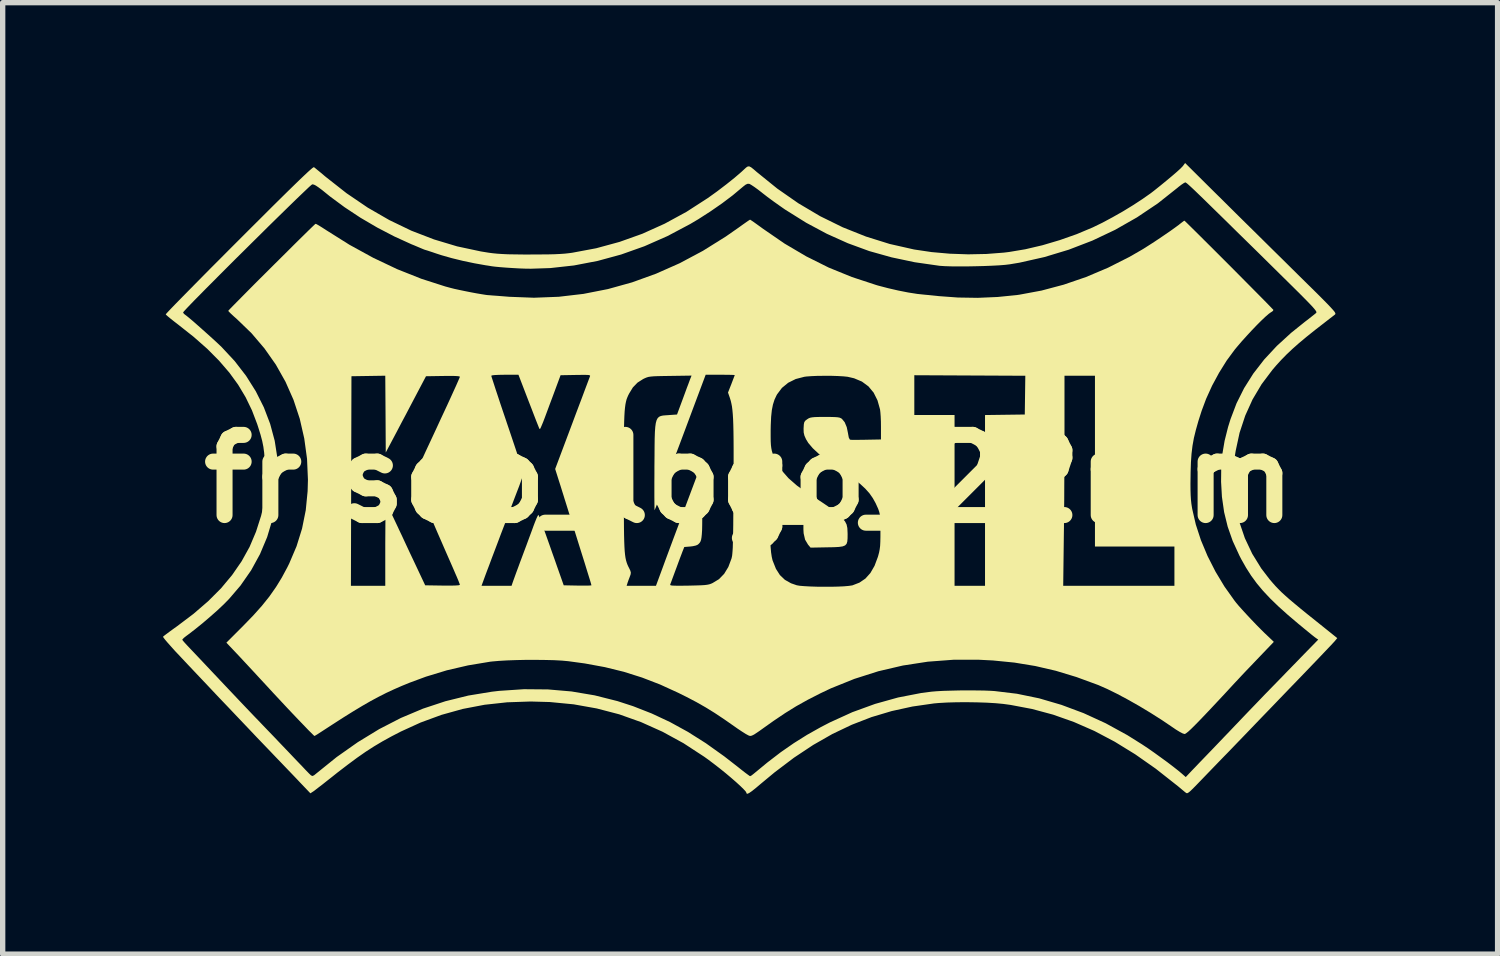
<source format=kicad_pcb>
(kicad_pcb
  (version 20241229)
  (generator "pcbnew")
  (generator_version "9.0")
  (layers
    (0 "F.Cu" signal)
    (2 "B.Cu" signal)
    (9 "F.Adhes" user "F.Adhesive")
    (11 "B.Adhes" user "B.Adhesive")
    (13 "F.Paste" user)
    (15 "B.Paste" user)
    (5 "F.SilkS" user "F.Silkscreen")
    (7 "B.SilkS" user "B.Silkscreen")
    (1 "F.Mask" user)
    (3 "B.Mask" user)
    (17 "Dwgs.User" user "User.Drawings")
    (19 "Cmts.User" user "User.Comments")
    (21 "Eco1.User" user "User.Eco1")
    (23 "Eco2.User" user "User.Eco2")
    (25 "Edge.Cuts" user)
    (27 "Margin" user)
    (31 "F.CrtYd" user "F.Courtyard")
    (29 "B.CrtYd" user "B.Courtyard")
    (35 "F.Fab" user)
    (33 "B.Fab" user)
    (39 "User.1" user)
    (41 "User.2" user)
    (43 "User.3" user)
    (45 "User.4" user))
  (footprint "frisco_logo_22mm"
    (layer "F.Cu")
    (at 10.973 5.909)
    (property "Reference" "frisco_logo_22mm" (at 0 0 0) (layer "F.SilkS") (effects (font (size 1.5 1.5) (thickness 0.3))))
    (attr board_only exclude_from_pos_files exclude_from_bom)
    (fp_poly (pts (xy 8.7 -5.365) (xy 8.816 -5.251) (xy 8.953 -5.115) (xy 9.107 -4.962) (xy 9.274 -4.797) (xy 9.451 -4.623) (xy 9.631 -4.445) (xy 9.811 -4.267) (xy 9.987 -4.094) (xy 10.12 -3.962) (xy 10.292 -3.792) (xy 10.44 -3.646) (xy 10.565 -3.523) (xy 10.67 -3.419) (xy 10.755 -3.333) (xy 10.823 -3.264) (xy 10.875 -3.209) (xy 10.913 -3.167) (xy 10.94 -3.136) (xy 10.956 -3.113) (xy 10.963 -3.097) (xy 10.964 -3.086) (xy 10.96 -3.078) (xy 10.953 -3.071) (xy 10.921 -3.046) (xy 10.869 -3.006) (xy 10.806 -2.957) (xy 10.77 -2.929) (xy 10.583 -2.784) (xy 10.422 -2.655) (xy 10.282 -2.538) (xy 10.161 -2.431) (xy 10.052 -2.328) (xy 9.952 -2.226) (xy 9.857 -2.122) (xy 9.786 -2.039) (xy 9.584 -1.771) (xy 9.414 -1.485) (xy 9.277 -1.182) (xy 9.171 -0.861) (xy 9.098 -0.522) (xy 9.081 -0.415) (xy 9.071 -0.312) (xy 9.065 -0.184) (xy 9.063 -0.042) (xy 9.064 0.104) (xy 9.069 0.244) (xy 9.078 0.369) (xy 9.09 0.467) (xy 9.09 0.472) (xy 9.164 0.8) (xy 9.27 1.111) (xy 9.408 1.403) (xy 9.577 1.677) (xy 9.735 1.883) (xy 9.791 1.948) (xy 9.844 2.008) (xy 9.899 2.065) (xy 9.958 2.124) (xy 10.026 2.186) (xy 10.105 2.256) (xy 10.199 2.335) (xy 10.311 2.428) (xy 10.445 2.537) (xy 10.605 2.665) (xy 10.619 2.676) (xy 10.999 2.981) (xy 10.952 3.038) (xy 10.927 3.065) (xy 10.881 3.115) (xy 10.816 3.183) (xy 10.736 3.267) (xy 10.645 3.363) (xy 10.546 3.466) (xy 10.497 3.517) (xy 10.382 3.637) (xy 10.248 3.776) (xy 10.102 3.927) (xy 9.952 4.083) (xy 9.804 4.237) (xy 9.665 4.381) (xy 9.604 4.444) (xy 9.483 4.57) (xy 9.36 4.698) (xy 9.239 4.824) (xy 9.125 4.942) (xy 9.024 5.047) (xy 8.939 5.135) (xy 8.887 5.188) (xy 8.789 5.289) (xy 8.677 5.405) (xy 8.564 5.522) (xy 8.46 5.63) (xy 8.427 5.664) (xy 8.345 5.749) (xy 8.285 5.809) (xy 8.242 5.85) (xy 8.212 5.873) (xy 8.192 5.883) (xy 8.176 5.881) (xy 8.163 5.872) (xy 8.133 5.848) (xy 8.084 5.807) (xy 8.023 5.756) (xy 7.989 5.729) (xy 7.602 5.424) (xy 7.218 5.155) (xy 6.836 4.92) (xy 6.454 4.718) (xy 6.07 4.55) (xy 5.682 4.413) (xy 5.288 4.307) (xy 4.887 4.231) (xy 4.748 4.212) (xy 4.609 4.199) (xy 4.444 4.189) (xy 4.261 4.183) (xy 4.07 4.18) (xy 3.881 4.181) (xy 3.702 4.186) (xy 3.544 4.195) (xy 3.453 4.203) (xy 3.05 4.261) (xy 2.662 4.346) (xy 2.284 4.459) (xy 1.915 4.602) (xy 1.552 4.775) (xy 1.193 4.98) (xy 0.834 5.218) (xy 0.473 5.491) (xy 0.216 5.704) (xy 0.119 5.786) (xy 0.046 5.844) (xy -0.005 5.879) (xy -0.037 5.894) (xy -0.053 5.89) (xy -0.055 5.879) (xy -0.069 5.852) (xy -0.109 5.808) (xy -0.17 5.748) (xy -0.249 5.676) (xy -0.342 5.595) (xy -0.444 5.509) (xy -0.553 5.421) (xy -0.664 5.335) (xy -0.773 5.253) (xy -0.847 5.2) (xy -1.233 4.948) (xy -1.626 4.733) (xy -2.027 4.553) (xy -2.436 4.407) (xy -2.857 4.297) (xy -3.289 4.22) (xy -3.735 4.177) (xy -4.095 4.167) (xy -4.534 4.182) (xy -4.956 4.228) (xy -5.364 4.306) (xy -5.762 4.417) (xy -6.154 4.561) (xy -6.522 4.729) (xy -6.7 4.821) (xy -6.865 4.912) (xy -7.023 5.006) (xy -7.18 5.107) (xy -7.342 5.22) (xy -7.516 5.349) (xy -7.708 5.496) (xy -7.807 5.575) (xy -7.901 5.649) (xy -7.988 5.718) (xy -8.064 5.776) (xy -8.122 5.821) (xy -8.158 5.848) (xy -8.163 5.851) (xy -8.215 5.885) (xy -8.407 5.684) (xy -8.474 5.613) (xy -8.56 5.523) (xy -8.66 5.419) (xy -8.767 5.307) (xy -8.875 5.195) (xy -8.951 5.115) (xy -9.074 4.987) (xy -9.218 4.837) (xy -9.379 4.667) (xy -9.555 4.482) (xy -9.741 4.286) (xy -9.935 4.083) (xy -10.131 3.875) (xy -10.327 3.668) (xy -10.519 3.465) (xy -10.657 3.318) (xy -10.745 3.225) (xy -10.822 3.139) (xy -10.887 3.066) (xy -10.932 3.013) (xy -10.612 3.013) (xy -10.597 3.033) (xy -10.564 3.071) (xy -10.519 3.12) (xy -10.513 3.126) (xy -10.48 3.161) (xy -10.425 3.219) (xy -10.351 3.297) (xy -10.262 3.391) (xy -10.162 3.497) (xy -10.053 3.613) (xy -9.939 3.733) (xy -9.918 3.756) (xy -9.796 3.885) (xy -9.672 4.016) (xy -9.551 4.144) (xy -9.437 4.264) (xy -9.334 4.372) (xy -9.248 4.462) (xy -9.184 4.528) (xy -9.103 4.613) (xy -9.004 4.716) (xy -8.893 4.831) (xy -8.78 4.95) (xy -8.67 5.065) (xy -8.623 5.114) (xy -8.531 5.211) (xy -8.445 5.301) (xy -8.369 5.38) (xy -8.307 5.446) (xy -8.262 5.492) (xy -8.242 5.513) (xy -8.203 5.55) (xy -8.175 5.561) (xy -8.144 5.546) (xy -8.116 5.523) (xy -7.724 5.207) (xy -7.328 4.928) (xy -6.928 4.684) (xy -6.522 4.475) (xy -6.109 4.301) (xy -5.689 4.162) (xy -5.26 4.056) (xy -4.821 3.984) (xy -4.683 3.968) (xy -4.221 3.937) (xy -3.77 3.941) (xy -3.329 3.979) (xy -2.896 4.052) (xy -2.468 4.16) (xy -2.176 4.255) (xy -1.829 4.391) (xy -1.489 4.55) (xy -1.152 4.735) (xy -0.815 4.948) (xy -0.473 5.192) (xy -0.226 5.384) (xy -0.148 5.446) (xy -0.08 5.499) (xy -0.027 5.538) (xy 0.005 5.561) (xy 0.013 5.564) (xy 0.036 5.553) (xy 0.071 5.526) (xy 0.075 5.523) (xy 0.337 5.307) (xy 0.586 5.116) (xy 0.831 4.946) (xy 1.078 4.791) (xy 1.336 4.646) (xy 1.506 4.558) (xy 1.925 4.367) (xy 2.351 4.212) (xy 2.781 4.092) (xy 3.214 4.008) (xy 3.407 3.983) (xy 3.502 3.975) (xy 3.626 3.968) (xy 3.77 3.964) (xy 3.927 3.96) (xy 4.088 3.959) (xy 4.246 3.96) (xy 4.391 3.962) (xy 4.518 3.967) (xy 4.591 3.972) (xy 5.005 4.022) (xy 5.422 4.108) (xy 5.838 4.23) (xy 6.253 4.385) (xy 6.665 4.574) (xy 7.07 4.796) (xy 7.346 4.969) (xy 7.456 5.042) (xy 7.576 5.126) (xy 7.699 5.215) (xy 7.82 5.303) (xy 7.93 5.387) (xy 8.023 5.46) (xy 8.09 5.516) (xy 8.164 5.581) (xy 8.28 5.458) (xy 8.343 5.393) (xy 8.419 5.313) (xy 8.5 5.229) (xy 8.557 5.17) (xy 8.611 5.114) (xy 8.685 5.037) (xy 8.775 4.943) (xy 8.876 4.837) (xy 8.984 4.725) (xy 9.093 4.61) (xy 9.129 4.573) (xy 9.239 4.457) (xy 9.351 4.34) (xy 9.46 4.227) (xy 9.56 4.123) (xy 9.646 4.033) (xy 9.714 3.964) (xy 9.728 3.949) (xy 9.808 3.867) (xy 9.89 3.783) (xy 9.966 3.705) (xy 10.026 3.643) (xy 10.032 3.636) (xy 10.083 3.584) (xy 10.153 3.512) (xy 10.236 3.427) (xy 10.323 3.337) (xy 10.395 3.263) (xy 10.643 3.009) (xy 10.598 2.978) (xy 10.57 2.957) (xy 10.519 2.917) (xy 10.451 2.861) (xy 10.37 2.795) (xy 10.282 2.722) (xy 10.28 2.721) (xy 10.074 2.546) (xy 9.897 2.387) (xy 9.743 2.238) (xy 9.609 2.095) (xy 9.492 1.955) (xy 9.388 1.813) (xy 9.293 1.664) (xy 9.203 1.505) (xy 9.168 1.437) (xy 9.043 1.165) (xy 8.949 0.897) (xy 8.882 0.624) (xy 8.841 0.338) (xy 8.825 0.055) (xy 8.828 -0.212) (xy 8.849 -0.464) (xy 8.891 -0.711) (xy 8.955 -0.966) (xy 9.001 -1.114) (xy 9.114 -1.412) (xy 9.256 -1.696) (xy 9.428 -1.969) (xy 9.631 -2.231) (xy 9.867 -2.485) (xy 10.137 -2.732) (xy 10.395 -2.939) (xy 10.467 -2.994) (xy 10.53 -3.044) (xy 10.578 -3.082) (xy 10.602 -3.102) (xy 10.608 -3.11) (xy 10.609 -3.119) (xy 10.604 -3.133) (xy 10.591 -3.153) (xy 10.569 -3.181) (xy 10.536 -3.219) (xy 10.489 -3.269) (xy 10.428 -3.332) (xy 10.35 -3.411) (xy 10.253 -3.508) (xy 10.137 -3.623) (xy 9.998 -3.76) (xy 9.836 -3.92) (xy 9.757 -3.998) (xy 9.521 -4.231) (xy 9.309 -4.439) (xy 9.12 -4.624) (xy 8.954 -4.788) (xy 8.808 -4.931) (xy 8.681 -5.055) (xy 8.572 -5.162) (xy 8.48 -5.252) (xy 8.402 -5.327) (xy 8.339 -5.388) (xy 8.287 -5.437) (xy 8.246 -5.475) (xy 8.215 -5.503) (xy 8.192 -5.523) (xy 8.175 -5.536) (xy 8.164 -5.543) (xy 8.157 -5.546) (xy 8.154 -5.546) (xy 8.129 -5.534) (xy 8.084 -5.504) (xy 8.028 -5.461) (xy 8.008 -5.444) (xy 7.641 -5.153) (xy 7.252 -4.892) (xy 6.843 -4.659) (xy 6.417 -4.457) (xy 5.975 -4.287) (xy 5.519 -4.149) (xy 5.053 -4.044) (xy 4.867 -4.013) (xy 4.783 -4.003) (xy 4.669 -3.994) (xy 4.533 -3.987) (xy 4.381 -3.981) (xy 4.223 -3.977) (xy 4.063 -3.974) (xy 3.91 -3.974) (xy 3.772 -3.975) (xy 3.654 -3.979) (xy 3.564 -3.985) (xy 3.554 -3.986) (xy 3.094 -4.052) (xy 2.659 -4.144) (xy 2.242 -4.261) (xy 1.841 -4.408) (xy 1.449 -4.584) (xy 1.062 -4.791) (xy 0.675 -5.033) (xy 0.661 -5.042) (xy 0.558 -5.114) (xy 0.444 -5.195) (xy 0.333 -5.277) (xy 0.239 -5.35) (xy 0.237 -5.352) (xy 0.161 -5.411) (xy 0.092 -5.461) (xy 0.036 -5.498) (xy 0.001 -5.518) (xy -0.003 -5.519) (xy -0.035 -5.52) (xy -0.071 -5.504) (xy -0.12 -5.466) (xy -0.139 -5.45) (xy -0.312 -5.305) (xy -0.512 -5.154) (xy -0.73 -5.003) (xy -0.957 -4.857) (xy -1.109 -4.767) (xy -1.533 -4.542) (xy -1.964 -4.352) (xy -2.4 -4.197) (xy -2.84 -4.077) (xy -3.283 -3.992) (xy -3.726 -3.943) (xy -4.088 -3.931) (xy -4.184 -3.932) (xy -4.298 -3.936) (xy -4.422 -3.943) (xy -4.546 -3.951) (xy -4.661 -3.96) (xy -4.757 -3.969) (xy -4.821 -3.977) (xy -4.88 -3.987) (xy -4.94 -3.996) (xy -5.148 -4.033) (xy -5.362 -4.078) (xy -5.57 -4.129) (xy -5.76 -4.183) (xy -5.859 -4.215) (xy -5.929 -4.239) (xy -5.99 -4.259) (xy -6.029 -4.272) (xy -6.033 -4.273) (xy -6.082 -4.288) (xy -6.107 -4.298) (xy -6.138 -4.311) (xy -6.195 -4.335) (xy -6.268 -4.366) (xy -6.325 -4.389) (xy -6.643 -4.534) (xy -6.964 -4.701) (xy -7.278 -4.885) (xy -7.576 -5.082) (xy -7.849 -5.284) (xy -7.907 -5.331) (xy -7.996 -5.403) (xy -8.063 -5.453) (xy -8.112 -5.486) (xy -8.148 -5.504) (xy -8.177 -5.51) (xy -8.18 -5.51) (xy -8.198 -5.497) (xy -8.239 -5.461) (xy -8.301 -5.402) (xy -8.382 -5.325) (xy -8.481 -5.23) (xy -8.594 -5.12) (xy -8.719 -4.998) (xy -8.855 -4.865) (xy -8.999 -4.724) (xy -9.148 -4.576) (xy -9.301 -4.425) (xy -9.455 -4.272) (xy -9.609 -4.12) (xy -9.759 -3.97) (xy -9.903 -3.826) (xy -10.04 -3.688) (xy -10.167 -3.561) (xy -10.282 -3.444) (xy -10.383 -3.342) (xy -10.466 -3.256) (xy -10.531 -3.188) (xy -10.575 -3.14) (xy -10.596 -3.116) (xy -10.597 -3.113) (xy -10.583 -3.089) (xy -10.565 -3.074) (xy -10.534 -3.051) (xy -10.48 -3.007) (xy -10.409 -2.947) (xy -10.327 -2.875) (xy -10.237 -2.795) (xy -10.145 -2.713) (xy -10.055 -2.632) (xy -9.973 -2.557) (xy -9.904 -2.492) (xy -9.875 -2.464) (xy -9.632 -2.203) (xy -9.419 -1.927) (xy -9.237 -1.638) (xy -9.086 -1.337) (xy -8.968 -1.028) (xy -8.883 -0.712) (xy -8.833 -0.391) (xy -8.819 -0.069) (xy -8.822 0.037) (xy -8.856 0.404) (xy -8.924 0.755) (xy -9.024 1.09) (xy -9.158 1.409) (xy -9.324 1.712) (xy -9.523 1.998) (xy -9.737 2.248) (xy -9.835 2.348) (xy -9.956 2.462) (xy -10.092 2.582) (xy -10.235 2.704) (xy -10.376 2.818) (xy -10.509 2.92) (xy -10.538 2.941) (xy -10.581 2.975) (xy -10.608 3.003) (xy -10.612 3.013) (xy -10.932 3.013) (xy -10.936 3.008) (xy -10.965 2.97) (xy -10.973 2.955) (xy -10.955 2.939) (xy -10.912 2.906) (xy -10.85 2.86) (xy -10.773 2.804) (xy -10.714 2.762) (xy -10.404 2.528) (xy -10.129 2.291) (xy -9.888 2.05) (xy -9.68 1.801) (xy -9.502 1.543) (xy -9.353 1.274) (xy -9.233 0.991) (xy -9.138 0.694) (xy -9.105 0.557) (xy -9.091 0.493) (xy -9.081 0.433) (xy -9.074 0.37) (xy -9.069 0.297) (xy -9.066 0.208) (xy -9.065 0.096) (xy -9.065 -0.046) (xy -9.066 -0.218) (xy -9.071 -0.362) (xy -9.08 -0.486) (xy -9.095 -0.599) (xy -9.117 -0.709) (xy -9.148 -0.825) (xy -9.188 -0.954) (xy -9.211 -1.025) (xy -9.309 -1.282) (xy -9.427 -1.526) (xy -9.567 -1.76) (xy -9.732 -1.987) (xy -9.925 -2.211) (xy -10.146 -2.433) (xy -10.399 -2.656) (xy -10.686 -2.883) (xy -10.765 -2.944) (xy -10.833 -2.998) (xy -10.885 -3.041) (xy -10.916 -3.069) (xy -10.922 -3.076) (xy -10.91 -3.092) (xy -10.874 -3.131) (xy -10.815 -3.193) (xy -10.735 -3.276) (xy -10.636 -3.377) (xy -10.519 -3.496) (xy -10.386 -3.631) (xy -10.239 -3.78) (xy -10.08 -3.941) (xy -9.909 -4.112) (xy -9.73 -4.292) (xy -9.55 -4.472) (xy -9.319 -4.703) (xy -9.113 -4.908) (xy -8.931 -5.09) (xy -8.77 -5.249) (xy -8.631 -5.386) (xy -8.512 -5.502) (xy -8.412 -5.599) (xy -8.33 -5.677) (xy -8.265 -5.738) (xy -8.215 -5.783) (xy -8.18 -5.813) (xy -8.158 -5.828) (xy -8.148 -5.831) (xy -8.125 -5.813) (xy -8.08 -5.776) (xy -8.019 -5.726) (xy -7.948 -5.666) (xy -7.926 -5.648) (xy -7.538 -5.343) (xy -7.142 -5.074) (xy -6.738 -4.841) (xy -6.325 -4.642) (xy -5.902 -4.479) (xy -5.469 -4.349) (xy -5.024 -4.254) (xy -4.876 -4.23) (xy -4.799 -4.22) (xy -4.717 -4.212) (xy -4.626 -4.206) (xy -4.519 -4.201) (xy -4.391 -4.199) (xy -4.236 -4.197) (xy -4.096 -4.197) (xy -3.917 -4.198) (xy -3.769 -4.199) (xy -3.646 -4.202) (xy -3.543 -4.207) (xy -3.455 -4.213) (xy -3.374 -4.222) (xy -3.315 -4.23) (xy -2.867 -4.314) (xy -2.43 -4.433) (xy -2.004 -4.585) (xy -1.587 -4.773) (xy -1.179 -4.995) (xy -0.779 -5.253) (xy -0.606 -5.377) (xy -0.429 -5.512) (xy -0.279 -5.632) (xy -0.152 -5.741) (xy -0.098 -5.791) (xy -0.061 -5.825) (xy -0.031 -5.844) (xy -0.003 -5.846) (xy 0.032 -5.828) (xy 0.08 -5.79) (xy 0.139 -5.739) (xy 0.521 -5.43) (xy 0.916 -5.155) (xy 1.325 -4.913) (xy 1.746 -4.706) (xy 2.18 -4.533) (xy 2.625 -4.394) (xy 3.08 -4.291) (xy 3.093 -4.289) (xy 3.41 -4.242) (xy 3.748 -4.212) (xy 4.093 -4.2) (xy 4.434 -4.207) (xy 4.759 -4.232) (xy 4.858 -4.244) (xy 5.162 -4.295) (xy 5.482 -4.37) (xy 5.806 -4.466) (xy 6.124 -4.578) (xy 6.424 -4.704) (xy 6.428 -4.706) (xy 6.605 -4.792) (xy 6.795 -4.894) (xy 6.989 -5.004) (xy 7.177 -5.119) (xy 7.353 -5.234) (xy 7.507 -5.342) (xy 7.567 -5.388) (xy 7.692 -5.488) (xy 7.808 -5.583) (xy 7.911 -5.669) (xy 7.997 -5.743) (xy 8.063 -5.803) (xy 8.104 -5.845) (xy 8.112 -5.854) (xy 8.152 -5.909)) (stroke (width 0) (type solid)) (fill yes) (layer "F.SilkS"))
    (fp_poly (pts (xy 0.03 -4.838) (xy 0.072 -4.81) (xy 0.132 -4.767) (xy 0.207 -4.713) (xy 0.255 -4.678) (xy 0.656 -4.402) (xy 1.063 -4.162) (xy 1.482 -3.953) (xy 1.916 -3.776) (xy 2.369 -3.627) (xy 2.406 -3.616) (xy 2.593 -3.567) (xy 2.784 -3.523) (xy 2.971 -3.486) (xy 3.144 -3.459) (xy 3.288 -3.444) (xy 3.344 -3.439) (xy 3.423 -3.431) (xy 3.511 -3.422) (xy 3.545 -3.418) (xy 3.9 -3.392) (xy 4.271 -3.386) (xy 4.643 -3.402) (xy 5.002 -3.438) (xy 5.051 -3.445) (xy 5.465 -3.522) (xy 5.882 -3.633) (xy 6.299 -3.776) (xy 6.71 -3.95) (xy 7.11 -4.152) (xy 7.346 -4.288) (xy 7.437 -4.345) (xy 7.542 -4.412) (xy 7.654 -4.486) (xy 7.766 -4.562) (xy 7.871 -4.634) (xy 7.962 -4.699) (xy 8.033 -4.751) (xy 8.055 -4.769) (xy 8.099 -4.803) (xy 8.13 -4.826) (xy 8.138 -4.83) (xy 8.153 -4.818) (xy 8.19 -4.782) (xy 8.248 -4.725) (xy 8.324 -4.65) (xy 8.416 -4.559) (xy 8.519 -4.456) (xy 8.633 -4.343) (xy 8.754 -4.222) (xy 8.879 -4.097) (xy 9.007 -3.969) (xy 9.133 -3.842) (xy 9.256 -3.718) (xy 9.373 -3.6) (xy 9.482 -3.49) (xy 9.579 -3.392) (xy 9.662 -3.308) (xy 9.728 -3.24) (xy 9.775 -3.191) (xy 9.801 -3.164) (xy 9.804 -3.16) (xy 9.794 -3.14) (xy 9.761 -3.117) (xy 9.758 -3.116) (xy 9.716 -3.086) (xy 9.655 -3.033) (xy 9.579 -2.961) (xy 9.492 -2.874) (xy 9.399 -2.777) (xy 9.303 -2.673) (xy 9.209 -2.569) (xy 9.122 -2.467) (xy 9.079 -2.415) (xy 8.93 -2.213) (xy 8.788 -1.985) (xy 8.657 -1.743) (xy 8.545 -1.496) (xy 8.461 -1.271) (xy 8.4 -1.08) (xy 8.353 -0.913) (xy 8.316 -0.762) (xy 8.29 -0.617) (xy 8.272 -0.468) (xy 8.261 -0.308) (xy 8.255 -0.127) (xy 8.254 -0.046) (xy 8.252 0.098) (xy 8.253 0.214) (xy 8.256 0.308) (xy 8.261 0.389) (xy 8.269 0.464) (xy 8.281 0.541) (xy 8.286 0.569) (xy 8.352 0.855) (xy 8.448 1.149) (xy 8.572 1.445) (xy 8.72 1.736) (xy 8.889 2.017) (xy 9.077 2.281) (xy 9.109 2.322) (xy 9.157 2.379) (xy 9.225 2.455) (xy 9.307 2.544) (xy 9.395 2.638) (xy 9.484 2.731) (xy 9.568 2.816) (xy 9.639 2.887) (xy 9.642 2.889) (xy 9.812 3.051) (xy 9.677 3.192) (xy 9.608 3.264) (xy 9.525 3.351) (xy 9.439 3.441) (xy 9.375 3.508) (xy 9.296 3.59) (xy 9.212 3.679) (xy 9.134 3.763) (xy 9.08 3.82) (xy 8.901 4.014) (xy 8.744 4.182) (xy 8.61 4.325) (xy 8.495 4.446) (xy 8.4 4.545) (xy 8.321 4.625) (xy 8.259 4.686) (xy 8.211 4.73) (xy 8.175 4.758) (xy 8.152 4.773) (xy 8.142 4.775) (xy 8.108 4.765) (xy 8.052 4.736) (xy 7.98 4.692) (xy 7.92 4.651) (xy 7.719 4.515) (xy 7.508 4.381) (xy 7.294 4.252) (xy 7.082 4.132) (xy 6.88 4.024) (xy 6.693 3.932) (xy 6.527 3.859) (xy 6.516 3.855) (xy 6.118 3.709) (xy 5.732 3.592) (xy 5.348 3.503) (xy 4.959 3.439) (xy 4.556 3.399) (xy 4.298 3.386) (xy 3.814 3.386) (xy 3.338 3.422) (xy 2.87 3.494) (xy 2.412 3.601) (xy 1.963 3.744) (xy 1.524 3.921) (xy 1.332 4.012) (xy 1.093 4.134) (xy 0.876 4.255) (xy 0.668 4.384) (xy 0.454 4.528) (xy 0.368 4.589) (xy 0.264 4.663) (xy 0.186 4.719) (xy 0.128 4.758) (xy 0.087 4.785) (xy 0.057 4.8) (xy 0.036 4.808) (xy 0.017 4.811) (xy 0.008 4.811) (xy -0.02 4.801) (xy -0.071 4.773) (xy -0.139 4.73) (xy -0.22 4.676) (xy -0.277 4.636) (xy -0.472 4.5) (xy -0.649 4.382) (xy -0.819 4.277) (xy -0.991 4.179) (xy -1.176 4.082) (xy -1.333 4.004) (xy -1.672 3.849) (xy -2.009 3.719) (xy -2.351 3.611) (xy -2.705 3.524) (xy -3.08 3.455) (xy -3.389 3.413) (xy -3.506 3.402) (xy -3.651 3.394) (xy -3.818 3.39) (xy -3.997 3.388) (xy -4.181 3.388) (xy -4.363 3.392) (xy -4.534 3.398) (xy -4.687 3.407) (xy -4.813 3.418) (xy -4.849 3.422) (xy -5.264 3.491) (xy -5.661 3.583) (xy -6.052 3.702) (xy -6.355 3.814) (xy -6.507 3.876) (xy -6.653 3.94) (xy -6.795 4.006) (xy -6.939 4.079) (xy -7.088 4.159) (xy -7.246 4.25) (xy -7.417 4.353) (xy -7.606 4.471) (xy -7.817 4.607) (xy -8.037 4.75) (xy -8.088 4.783) (xy -8.125 4.805) (xy -8.14 4.812) (xy -8.155 4.799) (xy -8.191 4.763) (xy -8.246 4.709) (xy -8.314 4.638) (xy -8.393 4.556) (xy -8.443 4.504) (xy -8.544 4.398) (xy -8.662 4.273) (xy -8.787 4.139) (xy -8.912 4.005) (xy -9.027 3.88) (xy -9.065 3.839) (xy -9.167 3.729) (xy -9.273 3.614) (xy -9.377 3.502) (xy -9.473 3.399) (xy -9.553 3.313) (xy -9.59 3.274) (xy -9.787 3.066) (xy -9.471 2.75) (xy -9.284 2.557) (xy -9.123 2.377) (xy -8.984 2.204) (xy -8.862 2.03) (xy -8.844 2.002) (xy -7.457 2.002) (xy -7.135 2.002) (xy -6.814 2.002) (xy -5.013 2.002) (xy -4.732 2.002) (xy -4.451 2.002) (xy -4.431 1.942) (xy -4.419 1.908) (xy -4.396 1.845) (xy -4.365 1.759) (xy -4.327 1.657) (xy -4.286 1.545) (xy -4.271 1.506) (xy -4.223 1.377) (xy -4.172 1.241) (xy -4.124 1.11) (xy -4.08 0.992) (xy -4.046 0.899) (xy -4.045 0.895) (xy -4.013 0.811) (xy -3.985 0.742) (xy -3.963 0.695) (xy -3.949 0.675) (xy -3.948 0.675) (xy -3.938 0.695) (xy -3.919 0.746) (xy -3.89 0.821) (xy -3.856 0.916) (xy -3.816 1.027) (xy -3.783 1.12) (xy -3.735 1.255) (xy -3.687 1.392) (xy -3.64 1.524) (xy -3.599 1.642) (xy -3.565 1.738) (xy -3.553 1.772) (xy -3.475 1.993) (xy -3.216 1.998) (xy -3.123 1.999) (xy -3.045 1.999) (xy -2.988 1.997) (xy -2.959 1.994) (xy -2.957 1.992) (xy -2.96 1.979) (xy -2.969 1.946) (xy -2.985 1.892) (xy -3.009 1.815) (xy -3.041 1.712) (xy -3.081 1.581) (xy -3.131 1.422) (xy -3.191 1.231) (xy -3.26 1.01) (xy -3.303 0.874) (xy -3.344 0.742) (xy -3.382 0.622) (xy -3.414 0.519) (xy -3.439 0.439) (xy -3.455 0.388) (xy -3.456 0.386) (xy -3.476 0.32) (xy -3.504 0.231) (xy -3.535 0.131) (xy -3.564 0.041) (xy -3.634 -0.181) (xy -2.351 -0.181) (xy -2.351 0.043) (xy -2.35 0.306) (xy -2.35 0.536) (xy -2.349 0.735) (xy -2.348 0.905) (xy -2.346 1.049) (xy -2.343 1.17) (xy -2.339 1.271) (xy -2.334 1.354) (xy -2.327 1.423) (xy -2.319 1.479) (xy -2.309 1.526) (xy -2.297 1.567) (xy -2.284 1.603) (xy -2.268 1.639) (xy -2.253 1.668) (xy -2.228 1.72) (xy -2.219 1.756) (xy -2.224 1.791) (xy -2.241 1.838) (xy -2.263 1.896) (xy -2.281 1.947) (xy -2.285 1.961) (xy -2.298 2.002) (xy -2.024 2.002) (xy -1.749 2.002) (xy -1.615 1.639) (xy -1.58 1.543) (xy -1.534 1.419) (xy -1.479 1.271) (xy -1.418 1.107) (xy -1.352 0.931) (xy -1.284 0.749) (xy -1.217 0.568) (xy -1.183 0.478) (xy -0.883 -0.321) (xy -0.882 0.391) (xy -0.882 0.58) (xy -0.883 0.735) (xy -0.884 0.861) (xy -0.886 0.961) (xy -0.891 1.039) (xy -0.897 1.097) (xy -0.905 1.141) (xy -0.916 1.173) (xy -0.93 1.196) (xy -0.947 1.215) (xy -0.966 1.232) (xy -1.001 1.248) (xy -1.058 1.261) (xy -1.108 1.267) (xy -1.219 1.276) (xy -1.252 1.359) (xy -1.27 1.407) (xy -1.298 1.48) (xy -1.331 1.569) (xy -1.367 1.667) (xy -1.378 1.696) (xy -1.412 1.788) (xy -1.442 1.869) (xy -1.465 1.932) (xy -1.48 1.97) (xy -1.482 1.977) (xy -1.482 1.987) (xy -1.47 1.994) (xy -1.441 1.998) (xy -1.392 2) (xy -1.317 2.001) (xy -1.213 2) (xy -1.137 1.999) (xy -1.011 1.996) (xy -0.917 1.993) (xy -0.846 1.989) (xy -0.794 1.983) (xy -0.753 1.975) (xy -0.718 1.963) (xy -0.689 1.95) (xy -0.57 1.878) (xy -0.473 1.778) (xy -0.395 1.65) (xy -0.336 1.493) (xy -0.33 1.468) (xy -0.324 1.438) (xy -0.32 1.4) (xy -0.316 1.351) (xy -0.312 1.289) (xy -0.31 1.21) (xy -0.307 1.112) (xy -0.305 0.992) (xy -0.303 0.863) (xy 0.381 0.863) (xy 0.39 1.143) (xy 0.396 1.275) (xy 0.405 1.377) (xy 0.417 1.458) (xy 0.432 1.524) (xy 0.437 1.537) (xy 0.496 1.685) (xy 0.57 1.801) (xy 0.663 1.89) (xy 0.778 1.955) (xy 0.885 1.992) (xy 0.943 2.002) (xy 1.031 2.009) (xy 1.14 2.015) (xy 1.265 2.019) (xy 1.397 2.02) (xy 1.53 2.02) (xy 1.656 2.017) (xy 1.768 2.012) (xy 1.858 2.004) (xy 1.92 1.995) (xy 1.926 1.994) (xy 2.058 1.943) (xy 2.17 1.867) (xy 2.263 1.763) (xy 2.341 1.628) (xy 2.403 1.462) (xy 2.41 1.438) (xy 2.426 1.378) (xy 2.437 1.321) (xy 2.445 1.258) (xy 2.449 1.18) (xy 2.451 1.081) (xy 2.451 0.983) (xy 2.451 0.866) (xy 2.449 0.778) (xy 2.446 0.713) (xy 2.439 0.663) (xy 2.429 0.621) (xy 2.415 0.579) (xy 2.408 0.56) (xy 2.361 0.456) (xy 2.308 0.361) (xy 2.245 0.271) (xy 2.167 0.184) (xy 2.071 0.095) (xy 1.955 0.002) (xy 1.813 -0.1) (xy 1.643 -0.214) (xy 1.601 -0.242) (xy 1.439 -0.354) (xy 1.3 -0.465) (xy 1.186 -0.571) (xy 1.101 -0.671) (xy 1.059 -0.74) (xy 1.029 -0.807) (xy 1.015 -0.867) (xy 1.013 -0.938) (xy 1.014 -0.957) (xy 1.018 -1.021) (xy 1.027 -1.061) (xy 1.046 -1.088) (xy 1.08 -1.114) (xy 1.082 -1.115) (xy 1.109 -1.132) (xy 1.137 -1.143) (xy 1.174 -1.15) (xy 1.225 -1.155) (xy 1.3 -1.157) (xy 1.403 -1.157) (xy 1.414 -1.157) (xy 1.521 -1.157) (xy 1.598 -1.155) (xy 1.652 -1.151) (xy 1.688 -1.144) (xy 1.713 -1.133) (xy 1.731 -1.121) (xy 1.782 -1.059) (xy 1.821 -0.966) (xy 1.846 -0.844) (xy 1.846 -0.841) (xy 1.859 -0.772) (xy 1.877 -0.737) (xy 1.887 -0.731) (xy 1.915 -0.729) (xy 1.972 -0.729) (xy 2.051 -0.729) (xy 2.145 -0.73) (xy 2.188 -0.731) (xy 2.461 -0.736) (xy 2.461 -0.972) (xy 2.46 -1.071) (xy 2.456 -1.166) (xy 2.45 -1.245) (xy 2.444 -1.297) (xy 2.396 -1.468) (xy 2.324 -1.612) (xy 2.227 -1.729) (xy 2.105 -1.819) (xy 1.958 -1.881) (xy 1.837 -1.909) (xy 1.759 -1.917) (xy 1.654 -1.923) (xy 1.532 -1.927) (xy 1.403 -1.927) (xy 1.276 -1.926) (xy 1.16 -1.921) (xy 1.066 -1.914) (xy 1.028 -1.909) (xy 0.866 -1.867) (xy 0.725 -1.797) (xy 0.608 -1.701) (xy 0.517 -1.58) (xy 0.508 -1.564) (xy 0.469 -1.481) (xy 0.44 -1.39) (xy 0.419 -1.285) (xy 0.406 -1.16) (xy 0.399 -1.007) (xy 0.397 -0.909) (xy 0.397 -0.79) (xy 0.398 -0.699) (xy 0.402 -0.63) (xy 0.409 -0.574) (xy 0.419 -0.523) (xy 0.435 -0.47) (xy 0.436 -0.466) (xy 0.503 -0.31) (xy 0.603 -0.157) (xy 0.732 -0.01) (xy 0.889 0.127) (xy 1.016 0.217) (xy 1.164 0.313) (xy 1.285 0.392) (xy 1.382 0.456) (xy 1.46 0.509) (xy 1.522 0.553) (xy 1.573 0.591) (xy 1.616 0.626) (xy 1.655 0.659) (xy 1.667 0.671) (xy 1.74 0.74) (xy 1.789 0.798) (xy 1.818 0.855) (xy 1.832 0.921) (xy 1.836 1.007) (xy 1.837 1.035) (xy 1.836 1.115) (xy 1.831 1.175) (xy 1.817 1.218) (xy 1.789 1.247) (xy 1.743 1.265) (xy 1.673 1.275) (xy 1.577 1.28) (xy 1.455 1.282) (xy 1.144 1.288) (xy 1.096 1.231) (xy 1.041 1.138) (xy 1.014 1.02) (xy 1.01 0.95) (xy 1.01 0.863) (xy 0.695 0.863) (xy 0.381 0.863) (xy -0.303 0.863) (xy -0.303 0.847) (xy -0.302 0.674) (xy -0.3 0.471) (xy -0.299 0.235) (xy -0.298 0.165) (xy -0.297 -0.107) (xy -0.296 -0.345) (xy -0.296 -0.552) (xy -0.297 -0.73) (xy -0.299 -0.883) (xy -0.302 -1.012) (xy -0.306 -1.121) (xy -0.312 -1.213) (xy -0.319 -1.29) (xy -0.327 -1.354) (xy -0.338 -1.41) (xy -0.349 -1.458) (xy -0.363 -1.503) (xy -0.365 -1.51) (xy -0.401 -1.614) (xy -0.338 -1.774) (xy -0.311 -1.845) (xy -0.29 -1.9) (xy -0.277 -1.934) (xy -0.276 -1.938) (xy 3.085 -1.938) (xy 3.085 -1.566) (xy 3.085 -1.194) (xy 3.462 -1.194) (xy 3.838 -1.194) (xy 3.838 0.404) (xy 3.838 2.002) (xy 4.123 2.002) (xy 4.408 2.002) (xy 5.871 2.002) (xy 6.912 2.002) (xy 7.952 2.002) (xy 7.952 1.635) (xy 7.952 1.267) (xy 7.209 1.267) (xy 6.465 1.267) (xy 6.465 -0.331) (xy 6.465 -1.928) (xy 6.18 -1.928) (xy 5.895 -1.928) (xy 5.895 -0.93) (xy 5.895 -0.698) (xy 5.894 -0.439) (xy 5.893 -0.165) (xy 5.891 0.117) (xy 5.89 0.395) (xy 5.887 0.661) (xy 5.885 0.905) (xy 5.883 1.035) (xy 5.871 2.002) (xy 4.408 2.002) (xy 4.408 0.404) (xy 4.408 -1.193) (xy 4.78 -1.198) (xy 5.152 -1.203) (xy 5.157 -1.565) (xy 5.162 -1.928) (xy 4.124 -1.933) (xy 3.085 -1.938) (xy -0.276 -1.938) (xy -0.275 -1.941) (xy -0.293 -1.943) (xy -0.34 -1.945) (xy -0.412 -1.946) (xy -0.501 -1.947) (xy -0.547 -1.947) (xy -0.819 -1.947) (xy -1.079 -1.253) (xy -1.191 -0.953) (xy -1.291 -0.686) (xy -1.38 -0.45) (xy -1.458 -0.243) (xy -1.525 -0.063) (xy -1.583 0.09) (xy -1.632 0.219) (xy -1.672 0.326) (xy -1.705 0.412) (xy -1.73 0.478) (xy -1.749 0.527) (xy -1.763 0.561) (xy -1.771 0.58) (xy -1.774 0.587) (xy -1.776 0.571) (xy -1.777 0.522) (xy -1.778 0.443) (xy -1.779 0.339) (xy -1.779 0.212) (xy -1.779 0.067) (xy -1.778 -0.093) (xy -1.778 -0.221) (xy -1.776 -0.433) (xy -1.775 -0.61) (xy -1.773 -0.757) (xy -1.769 -0.876) (xy -1.762 -0.971) (xy -1.752 -1.043) (xy -1.737 -1.097) (xy -1.717 -1.135) (xy -1.691 -1.16) (xy -1.658 -1.175) (xy -1.617 -1.184) (xy -1.568 -1.188) (xy -1.509 -1.192) (xy -1.499 -1.193) (xy -1.355 -1.203) (xy -1.246 -1.497) (xy -1.208 -1.6) (xy -1.173 -1.696) (xy -1.142 -1.777) (xy -1.12 -1.837) (xy -1.111 -1.861) (xy -1.083 -1.931) (xy -1.483 -1.925) (xy -1.614 -1.923) (xy -1.714 -1.921) (xy -1.789 -1.918) (xy -1.845 -1.913) (xy -1.887 -1.907) (xy -1.921 -1.897) (xy -1.953 -1.884) (xy -1.987 -1.868) (xy -2.094 -1.8) (xy -2.181 -1.71) (xy -2.25 -1.597) (xy -2.269 -1.56) (xy -2.285 -1.523) (xy -2.299 -1.486) (xy -2.31 -1.443) (xy -2.32 -1.394) (xy -2.328 -1.335) (xy -2.335 -1.263) (xy -2.34 -1.176) (xy -2.344 -1.071) (xy -2.347 -0.946) (xy -2.349 -0.797) (xy -2.35 -0.621) (xy -2.35 -0.417) (xy -2.351 -0.181) (xy -3.634 -0.181) (xy -3.635 -0.184) (xy -3.316 -1.033) (xy -3.253 -1.202) (xy -3.193 -1.361) (xy -3.138 -1.506) (xy -3.09 -1.635) (xy -3.049 -1.744) (xy -3.017 -1.829) (xy -2.995 -1.887) (xy -2.985 -1.914) (xy -2.984 -1.915) (xy -2.981 -1.928) (xy -2.988 -1.936) (xy -3.009 -1.942) (xy -3.05 -1.944) (xy -3.116 -1.945) (xy -3.212 -1.943) (xy -3.253 -1.943) (xy -3.534 -1.938) (xy -3.677 -1.552) (xy -3.739 -1.387) (xy -3.789 -1.252) (xy -3.828 -1.147) (xy -3.859 -1.066) (xy -3.883 -1.008) (xy -3.9 -0.968) (xy -3.911 -0.944) (xy -3.92 -0.933) (xy -3.925 -0.932) (xy -3.93 -0.938) (xy -3.931 -0.939) (xy -3.941 -0.962) (xy -3.962 -1.015) (xy -3.993 -1.093) (xy -4.031 -1.191) (xy -4.075 -1.306) (xy -4.124 -1.432) (xy -4.133 -1.455) (xy -4.322 -1.947) (xy -4.576 -1.947) (xy -4.691 -1.945) (xy -4.772 -1.941) (xy -4.819 -1.935) (xy -4.83 -1.927) (xy -4.825 -1.907) (xy -4.808 -1.855) (xy -4.782 -1.775) (xy -4.748 -1.67) (xy -4.706 -1.544) (xy -4.659 -1.401) (xy -4.606 -1.244) (xy -4.549 -1.076) (xy -4.544 -1.06) (xy -4.486 -0.889) (xy -4.432 -0.728) (xy -4.382 -0.579) (xy -4.338 -0.447) (xy -4.3 -0.335) (xy -4.271 -0.246) (xy -4.251 -0.185) (xy -4.241 -0.155) (xy -4.241 -0.155) (xy -4.235 -0.13) (xy -4.234 -0.104) (xy -4.239 -0.07) (xy -4.252 -0.024) (xy -4.274 0.04) (xy -4.306 0.129) (xy -4.341 0.22) (xy -4.397 0.366) (xy -4.457 0.524) (xy -4.52 0.69) (xy -4.584 0.861) (xy -4.649 1.03) (xy -4.711 1.195) (xy -4.77 1.351) (xy -4.824 1.493) (xy -4.87 1.617) (xy -4.909 1.719) (xy -4.937 1.794) (xy -4.951 1.832) (xy -5.013 2.002) (xy -6.814 2.002) (xy -6.814 1.218) (xy -6.813 1.045) (xy -6.812 0.888) (xy -6.811 0.75) (xy -6.809 0.634) (xy -6.806 0.544) (xy -6.803 0.482) (xy -6.799 0.453) (xy -6.798 0.451) (xy -6.786 0.472) (xy -6.761 0.521) (xy -6.725 0.595) (xy -6.68 0.689) (xy -6.628 0.799) (xy -6.571 0.92) (xy -6.564 0.936) (xy -6.497 1.077) (xy -6.428 1.226) (xy -6.359 1.374) (xy -6.294 1.511) (xy -6.238 1.63) (xy -6.206 1.698) (xy -6.067 1.993) (xy -5.742 1.998) (xy -5.608 1.999) (xy -5.509 1.997) (xy -5.446 1.993) (xy -5.419 1.986) (xy -5.418 1.984) (xy -5.425 1.961) (xy -5.444 1.911) (xy -5.473 1.841) (xy -5.509 1.759) (xy -5.517 1.74) (xy -5.545 1.675) (xy -5.586 1.581) (xy -5.638 1.463) (xy -5.698 1.326) (xy -5.764 1.174) (xy -5.835 1.012) (xy -5.907 0.845) (xy -5.95 0.747) (xy -6.285 -0.022) (xy -6.148 -0.319) (xy -6.107 -0.406) (xy -6.054 -0.521) (xy -5.991 -0.656) (xy -5.921 -0.806) (xy -5.847 -0.965) (xy -5.773 -1.126) (xy -5.714 -1.252) (xy -5.648 -1.394) (xy -5.587 -1.527) (xy -5.533 -1.646) (xy -5.487 -1.747) (xy -5.452 -1.827) (xy -5.428 -1.882) (xy -5.418 -1.907) (xy -5.418 -1.909) (xy -5.431 -1.917) (xy -5.471 -1.922) (xy -5.542 -1.925) (xy -5.645 -1.925) (xy -5.735 -1.924) (xy -6.052 -1.919) (xy -6.217 -1.606) (xy -6.277 -1.492) (xy -6.348 -1.357) (xy -6.425 -1.21) (xy -6.504 -1.062) (xy -6.577 -0.923) (xy -6.593 -0.892) (xy -6.805 -0.492) (xy -6.809 -1.211) (xy -6.814 -1.929) (xy -7.131 -1.924) (xy -7.447 -1.919) (xy -7.452 0.041) (xy -7.457 2.002) (xy -8.844 2.002) (xy -8.751 1.85) (xy -8.647 1.657) (xy -8.611 1.584) (xy -8.474 1.262) (xy -8.371 0.931) (xy -8.302 0.588) (xy -8.267 0.232) (xy -8.261 0.018) (xy -8.278 -0.374) (xy -8.33 -0.755) (xy -8.414 -1.123) (xy -8.531 -1.477) (xy -8.681 -1.816) (xy -8.862 -2.137) (xy -9.075 -2.44) (xy -9.317 -2.724) (xy -9.586 -2.984) (xy -9.65 -3.041) (xy -9.703 -3.09) (xy -9.739 -3.126) (xy -9.752 -3.142) (xy -9.752 -3.142) (xy -9.74 -3.157) (xy -9.704 -3.195) (xy -9.647 -3.253) (xy -9.572 -3.329) (xy -9.482 -3.42) (xy -9.379 -3.524) (xy -9.267 -3.637) (xy -9.147 -3.757) (xy -9.022 -3.881) (xy -8.896 -4.007) (xy -8.77 -4.132) (xy -8.648 -4.253) (xy -8.533 -4.368) (xy -8.426 -4.474) (xy -8.331 -4.567) (xy -8.25 -4.647) (xy -8.186 -4.709) (xy -8.142 -4.751) (xy -8.121 -4.77) (xy -8.119 -4.771) (xy -8.099 -4.764) (xy -8.055 -4.739) (xy -7.994 -4.701) (xy -7.923 -4.655) (xy -7.484 -4.379) (xy -7.039 -4.135) (xy -6.59 -3.922) (xy -6.14 -3.743) (xy -5.692 -3.599) (xy -5.592 -3.572) (xy -5.521 -3.554) (xy -5.429 -3.534) (xy -5.323 -3.512) (xy -5.213 -3.49) (xy -5.106 -3.47) (xy -5.011 -3.454) (xy -4.937 -3.442) (xy -4.895 -3.437) (xy -4.865 -3.435) (xy -4.806 -3.43) (xy -4.722 -3.424) (xy -4.621 -3.416) (xy -4.509 -3.407) (xy -4.5 -3.406) (xy -4.033 -3.388) (xy -3.568 -3.406) (xy -3.106 -3.46) (xy -2.648 -3.55) (xy -2.195 -3.676) (xy -1.747 -3.838) (xy -1.305 -4.034) (xy -0.87 -4.266) (xy -0.444 -4.532) (xy -0.203 -4.7) (xy -0.128 -4.754) (xy -0.064 -4.799) (xy -0.016 -4.832) (xy 0.01 -4.848) (xy 0.012 -4.849)) (stroke (width 0) (type solid)) (fill yes) (layer "F.SilkS")))
  (gr_rect
    (start -3 -3)
    (end 24.972 14.803)
    (stroke (width 0.1) (type default))
    (fill no)
    (layer "Edge.Cuts")))
</source>
